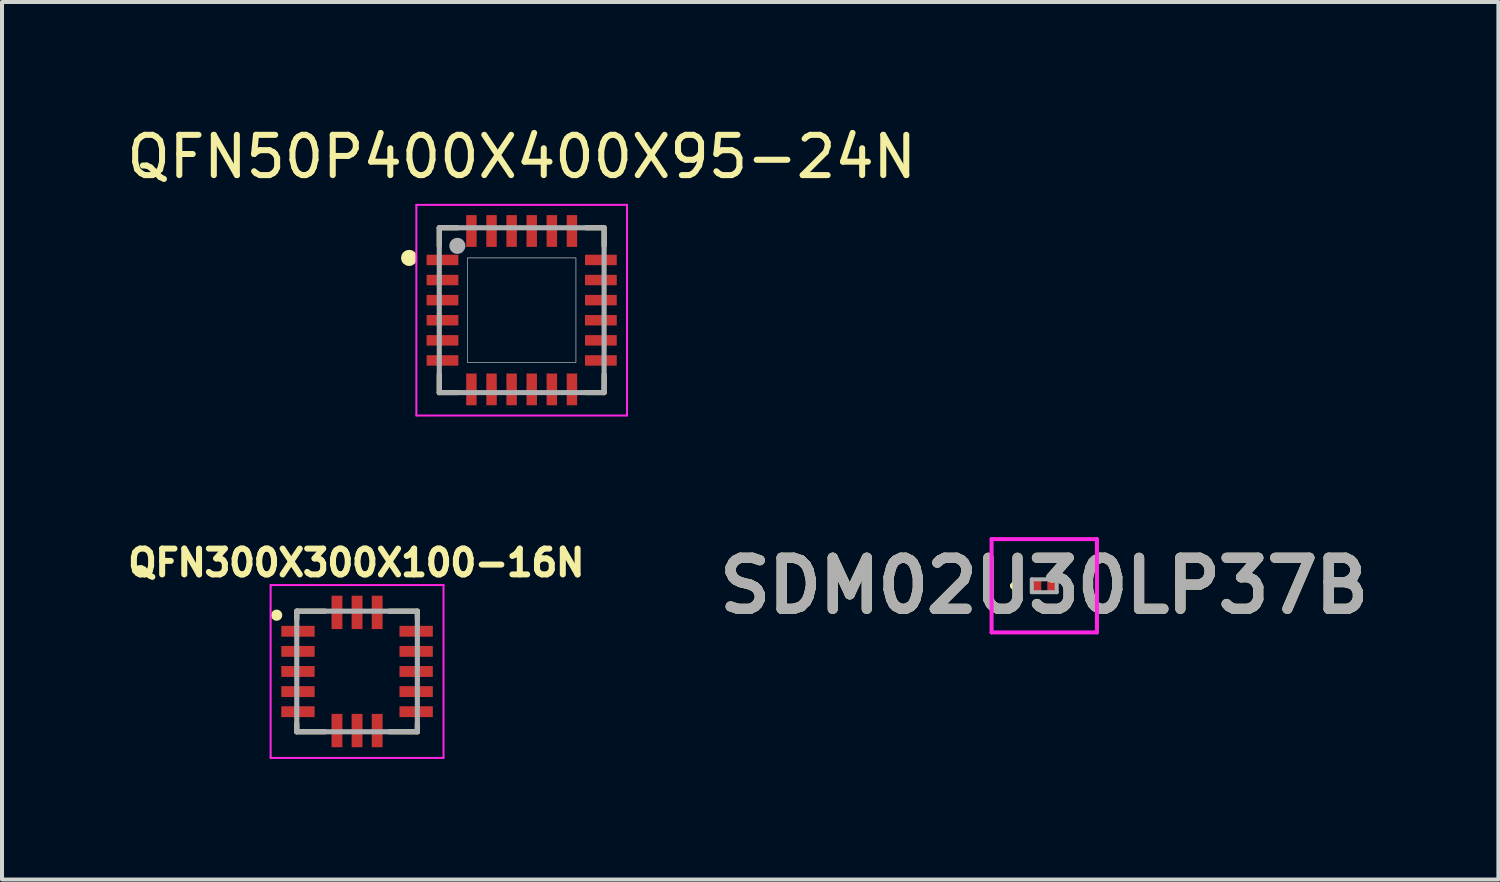
<source format=kicad_pcb>
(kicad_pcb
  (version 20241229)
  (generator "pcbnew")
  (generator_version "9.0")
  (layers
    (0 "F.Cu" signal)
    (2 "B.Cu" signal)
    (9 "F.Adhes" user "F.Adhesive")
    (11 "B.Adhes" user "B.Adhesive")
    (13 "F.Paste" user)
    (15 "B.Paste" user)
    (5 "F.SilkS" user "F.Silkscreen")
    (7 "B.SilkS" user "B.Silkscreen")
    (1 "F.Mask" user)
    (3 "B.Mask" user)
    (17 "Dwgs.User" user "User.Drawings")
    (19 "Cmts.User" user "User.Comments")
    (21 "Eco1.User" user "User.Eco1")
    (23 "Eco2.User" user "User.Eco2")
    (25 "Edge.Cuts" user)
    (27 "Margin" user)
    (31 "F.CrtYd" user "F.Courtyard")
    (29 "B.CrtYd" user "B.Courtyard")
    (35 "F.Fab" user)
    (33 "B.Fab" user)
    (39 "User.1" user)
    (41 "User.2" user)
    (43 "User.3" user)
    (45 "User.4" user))
  (footprint "SDM02U30LP37B"
    (layer "F.Cu")
    (at 22.926 11.521)
    (property "Reference" "SDM02U30LP37B" (at 0 0 0) (layer "F.SilkS") (effects (font (size 1.27 1.27) (thickness 0.254))))
    (attr smd)
    (fp_line (start -0.8 0) (end -0.8 0) (stroke (width 0.1) (type solid)) (layer "F.SilkS"))
    (fp_line (start -0.7 0) (end -0.7 0) (stroke (width 0.1) (type solid)) (layer "F.SilkS"))
    (fp_arc (start -0.8 0) (mid -0.75 -0.05) (end -0.7 0) (stroke (width 0.1) (type solid)) (layer "F.SilkS"))
    (fp_arc (start -0.7 0) (mid -0.75 0.05) (end -0.8 0) (stroke (width 0.1) (type solid)) (layer "F.SilkS"))
    (fp_line (start -1.31 -1.16) (end 1.31 -1.16) (stroke (width 0.1) (type solid)) (layer "F.CrtYd"))
    (fp_line (start -1.31 1.16) (end -1.31 -1.16) (stroke (width 0.1) (type solid)) (layer "F.CrtYd"))
    (fp_line (start 1.31 -1.16) (end 1.31 1.16) (stroke (width 0.1) (type solid)) (layer "F.CrtYd"))
    (fp_line (start 1.31 1.16) (end -1.31 1.16) (stroke (width 0.1) (type solid)) (layer "F.CrtYd"))
    (fp_line (start -0.31 -0.16) (end -0.31 0.16) (stroke (width 0.1) (type solid)) (layer "F.Fab"))
    (fp_line (start -0.31 0.16) (end 0.31 0.16) (stroke (width 0.1) (type solid)) (layer "F.Fab"))
    (fp_line (start 0.31 -0.16) (end -0.31 -0.16) (stroke (width 0.1) (type solid)) (layer "F.Fab"))
    (fp_line (start 0.31 0.16) (end 0.31 -0.16) (stroke (width 0.1) (type solid)) (layer "F.Fab"))
    (fp_text user "${REFERENCE}" (at 0 0 0) (layer "F.Fab") (effects (font (size 1.27 1.27) (thickness 0.254))))
    (pad "1" smd rect (at -0.19 0) (size 0.23 0.3) (layers "F.Cu" "F.Mask" "F.Paste"))
    (pad "2" smd rect (at 0.19 0) (size 0.23 0.3) (layers "F.Cu" "F.Mask" "F.Paste")))
  (footprint "QFN50P400X400X95-24N"
    (layer "F.Cu")
    (at 9.927 4.666)
    (property "Reference" "QFN50P400X400X95-24N" (at -0.00001 -3.816 0) (layer "F.SilkS") (effects (font (size 1.002 1.002) (thickness 0.15))))
    (attr through_hole)
    (fp_line (start -2.05 -2.05) (end -2.05 -1.6) (stroke (width 0.127) (type solid)) (layer "F.SilkS"))
    (fp_line (start -2.05 1.6) (end -2.05 2.05) (stroke (width 0.127) (type solid)) (layer "F.SilkS"))
    (fp_line (start -1.6 -2.05) (end -2.05 -2.05) (stroke (width 0.127) (type solid)) (layer "F.SilkS"))
    (fp_line (start -1.6 2.05) (end -2.05 2.05) (stroke (width 0.127) (type solid)) (layer "F.SilkS"))
    (fp_line (start 2.05 -2.05) (end 1.6 -2.05) (stroke (width 0.127) (type solid)) (layer "F.SilkS"))
    (fp_line (start 2.05 -2.05) (end 2.05 -1.6) (stroke (width 0.127) (type solid)) (layer "F.SilkS"))
    (fp_line (start 2.05 1.6) (end 2.05 2.05) (stroke (width 0.127) (type solid)) (layer "F.SilkS"))
    (fp_line (start 2.05 2.05) (end 1.6 2.05) (stroke (width 0.127) (type solid)) (layer "F.SilkS"))
    (fp_circle (center -2.8 -1.3) (end -2.7 -1.3) (stroke (width 0.2) (type solid)) (fill no) (layer "F.SilkS"))
    (fp_poly (pts (xy -1.35 -1.3) (xy 1.35 -1.3) (xy 1.35 1.3) (xy -1.35 1.3)) (stroke (width 0.01) (type solid)) (fill no) (layer "Dwgs.User"))
    (fp_poly (pts (xy -1.35 -1.3) (xy 1.35 -1.3) (xy 1.35 1.3) (xy -1.35 1.3)) (stroke (width 0.01) (type solid)) (fill no) (layer "Dwgs.User"))
    (fp_line (start -2.62 -2.62) (end 2.62 -2.62) (stroke (width 0.05) (type solid)) (layer "F.CrtYd"))
    (fp_line (start -2.62 2.62) (end -2.62 -2.62) (stroke (width 0.05) (type solid)) (layer "F.CrtYd"))
    (fp_line (start 2.62 -2.62) (end 2.62 2.62) (stroke (width 0.05) (type solid)) (layer "F.CrtYd"))
    (fp_line (start 2.62 2.62) (end -2.62 2.62) (stroke (width 0.05) (type solid)) (layer "F.CrtYd"))
    (fp_line (start -2.05 -2.05) (end 2.05 -2.05) (stroke (width 0.127) (type solid)) (layer "F.Fab"))
    (fp_line (start -2.05 2.05) (end -2.05 -2.05) (stroke (width 0.127) (type solid)) (layer "F.Fab"))
    (fp_line (start 2.05 -2.05) (end 2.05 2.05) (stroke (width 0.127) (type solid)) (layer "F.Fab"))
    (fp_line (start 2.05 2.05) (end -2.05 2.05) (stroke (width 0.127) (type solid)) (layer "F.Fab"))
    (fp_circle (center -1.6 -1.6) (end -1.5 -1.6) (stroke (width 0.2) (type solid)) (fill no) (layer "F.Fab"))
    (pad "1" smd rect (at -1.97 -1.25) (size 0.79 0.26) (layers "F.Cu" "F.Mask" "F.Paste"))
    (pad "2" smd rect (at -1.97 -0.75) (size 0.79 0.26) (layers "F.Cu" "F.Mask" "F.Paste"))
    (pad "3" smd rect (at -1.97 -0.25) (size 0.79 0.26) (layers "F.Cu" "F.Mask" "F.Paste"))
    (pad "4" smd rect (at -1.97 0.25) (size 0.79 0.26) (layers "F.Cu" "F.Mask" "F.Paste"))
    (pad "5" smd rect (at -1.97 0.75) (size 0.79 0.26) (layers "F.Cu" "F.Mask" "F.Paste"))
    (pad "6" smd rect (at -1.97 1.25) (size 0.79 0.26) (layers "F.Cu" "F.Mask" "F.Paste"))
    (pad "7" smd rect (at -1.25 1.97 90) (size 0.79 0.26) (layers "F.Cu" "F.Mask" "F.Paste"))
    (pad "8" smd rect (at -0.75 1.97 90) (size 0.79 0.26) (layers "F.Cu" "F.Mask" "F.Paste"))
    (pad "9" smd rect (at -0.25 1.97 90) (size 0.79 0.26) (layers "F.Cu" "F.Mask" "F.Paste"))
    (pad "10" smd rect (at 0.25 1.97 90) (size 0.79 0.26) (layers "F.Cu" "F.Mask" "F.Paste"))
    (pad "11" smd rect (at 0.75 1.97 90) (size 0.79 0.26) (layers "F.Cu" "F.Mask" "F.Paste"))
    (pad "12" smd rect (at 1.25 1.97 90) (size 0.79 0.26) (layers "F.Cu" "F.Mask" "F.Paste"))
    (pad "13" smd rect (at 1.97 1.25 180) (size 0.79 0.26) (layers "F.Cu" "F.Mask" "F.Paste"))
    (pad "14" smd rect (at 1.97 0.75 180) (size 0.79 0.26) (layers "F.Cu" "F.Mask" "F.Paste"))
    (pad "15" smd rect (at 1.97 0.25 180) (size 0.79 0.26) (layers "F.Cu" "F.Mask" "F.Paste"))
    (pad "16" smd rect (at 1.97 -0.25 180) (size 0.79 0.26) (layers "F.Cu" "F.Mask" "F.Paste"))
    (pad "17" smd rect (at 1.97 -0.75 180) (size 0.79 0.26) (layers "F.Cu" "F.Mask" "F.Paste"))
    (pad "18" smd rect (at 1.97 -1.25 180) (size 0.79 0.26) (layers "F.Cu" "F.Mask" "F.Paste"))
    (pad "19" smd rect (at 1.25 -1.97 270) (size 0.79 0.26) (layers "F.Cu" "F.Mask" "F.Paste"))
    (pad "20" smd rect (at 0.75 -1.97 270) (size 0.79 0.26) (layers "F.Cu" "F.Mask" "F.Paste"))
    (pad "21" smd rect (at 0.25 -1.97 270) (size 0.79 0.26) (layers "F.Cu" "F.Mask" "F.Paste"))
    (pad "22" smd rect (at -0.25 -1.97 270) (size 0.79 0.26) (layers "F.Cu" "F.Mask" "F.Paste"))
    (pad "23" smd rect (at -0.75 -1.97 270) (size 0.79 0.26) (layers "F.Cu" "F.Mask" "F.Paste"))
    (pad "24" smd rect (at -1.25 -1.97 270) (size 0.79 0.26) (layers "F.Cu" "F.Mask" "F.Paste")))
  (footprint "QFN300X300X100-16N"
    (layer "F.Cu")
    (at 5.832 13.653)
    (property "Reference" "QFN300X300X100-16N" (at -0.018 -2.704 0) (layer "F.SilkS") (effects (font (size 0.642 0.642) (thickness 0.15))))
    (attr through_hole)
    (fp_line (start -1.5 -1.5) (end -0.8 -1.5) (stroke (width 0.127) (type solid)) (layer "F.SilkS"))
    (fp_line (start -1.5 -1.3) (end -1.5 -1.5) (stroke (width 0.127) (type solid)) (layer "F.SilkS"))
    (fp_line (start -1.5 1.5) (end -1.5 1.3) (stroke (width 0.127) (type solid)) (layer "F.SilkS"))
    (fp_line (start -0.8 1.5) (end -1.5 1.5) (stroke (width 0.127) (type solid)) (layer "F.SilkS"))
    (fp_line (start 0.8 -1.5) (end 1.5 -1.5) (stroke (width 0.127) (type solid)) (layer "F.SilkS"))
    (fp_line (start 0.8 1.5) (end 1.5 1.5) (stroke (width 0.127) (type solid)) (layer "F.SilkS"))
    (fp_line (start 1.5 -1.5) (end 1.5 -1.3) (stroke (width 0.127) (type solid)) (layer "F.SilkS"))
    (fp_line (start 1.5 1.5) (end 1.5 1.3) (stroke (width 0.127) (type solid)) (layer "F.SilkS"))
    (fp_circle (center -2 -1.4) (end -1.93 -1.4) (stroke (width 0.14) (type solid)) (fill no) (layer "F.SilkS"))
    (fp_line (start -2.15 -2.15) (end 2.15 -2.15) (stroke (width 0.05) (type solid)) (layer "F.CrtYd"))
    (fp_line (start -2.15 2.15) (end -2.15 -2.15) (stroke (width 0.05) (type solid)) (layer "F.CrtYd"))
    (fp_line (start 2.15 -2.15) (end 2.15 2.15) (stroke (width 0.05) (type solid)) (layer "F.CrtYd"))
    (fp_line (start 2.15 2.15) (end -2.15 2.15) (stroke (width 0.05) (type solid)) (layer "F.CrtYd"))
    (fp_line (start -1.5 -1.5) (end -1.5 1.5) (stroke (width 0.127) (type solid)) (layer "F.Fab"))
    (fp_line (start -1.5 1.5) (end 1.5 1.5) (stroke (width 0.127) (type solid)) (layer "F.Fab"))
    (fp_line (start 1.5 -1.5) (end -1.5 -1.5) (stroke (width 0.127) (type solid)) (layer "F.Fab"))
    (fp_line (start 1.5 1.5) (end 1.5 -1.5) (stroke (width 0.127) (type solid)) (layer "F.Fab"))
    (pad "1" smd rect (at -1.47 -1 270) (size 0.27 0.83) (layers "F.Cu" "F.Mask" "F.Paste"))
    (pad "2" smd rect (at -1.47 -0.5 270) (size 0.27 0.83) (layers "F.Cu" "F.Mask" "F.Paste"))
    (pad "3" smd rect (at -1.47 0 270) (size 0.27 0.83) (layers "F.Cu" "F.Mask" "F.Paste"))
    (pad "4" smd rect (at -1.47 0.5 270) (size 0.27 0.83) (layers "F.Cu" "F.Mask" "F.Paste"))
    (pad "5" smd rect (at -1.47 1 270) (size 0.27 0.83) (layers "F.Cu" "F.Mask" "F.Paste"))
    (pad "6" smd rect (at -0.5 1.47) (size 0.27 0.83) (layers "F.Cu" "F.Mask" "F.Paste"))
    (pad "7" smd rect (at 0 1.47) (size 0.27 0.83) (layers "F.Cu" "F.Mask" "F.Paste"))
    (pad "8" smd rect (at 0.5 1.47) (size 0.27 0.83) (layers "F.Cu" "F.Mask" "F.Paste"))
    (pad "9" smd rect (at 1.47 1 270) (size 0.27 0.83) (layers "F.Cu" "F.Mask" "F.Paste"))
    (pad "10" smd rect (at 1.47 0.5 270) (size 0.27 0.83) (layers "F.Cu" "F.Mask" "F.Paste"))
    (pad "11" smd rect (at 1.47 0 270) (size 0.27 0.83) (layers "F.Cu" "F.Mask" "F.Paste"))
    (pad "12" smd rect (at 1.47 -0.5 270) (size 0.27 0.83) (layers "F.Cu" "F.Mask" "F.Paste"))
    (pad "13" smd rect (at 1.47 -1 270) (size 0.27 0.83) (layers "F.Cu" "F.Mask" "F.Paste"))
    (pad "14" smd rect (at 0.5 -1.47) (size 0.27 0.83) (layers "F.Cu" "F.Mask" "F.Paste"))
    (pad "15" smd rect (at 0 -1.47) (size 0.27 0.83) (layers "F.Cu" "F.Mask" "F.Paste"))
    (pad "16" smd rect (at -0.5 -1.47) (size 0.27 0.83) (layers "F.Cu" "F.Mask" "F.Paste")))
  (gr_rect
    (start -3 -3)
    (end 34.223 18.828)
    (stroke (width 0.1) (type default))
    (fill no)
    (layer "Edge.Cuts")))
</source>
